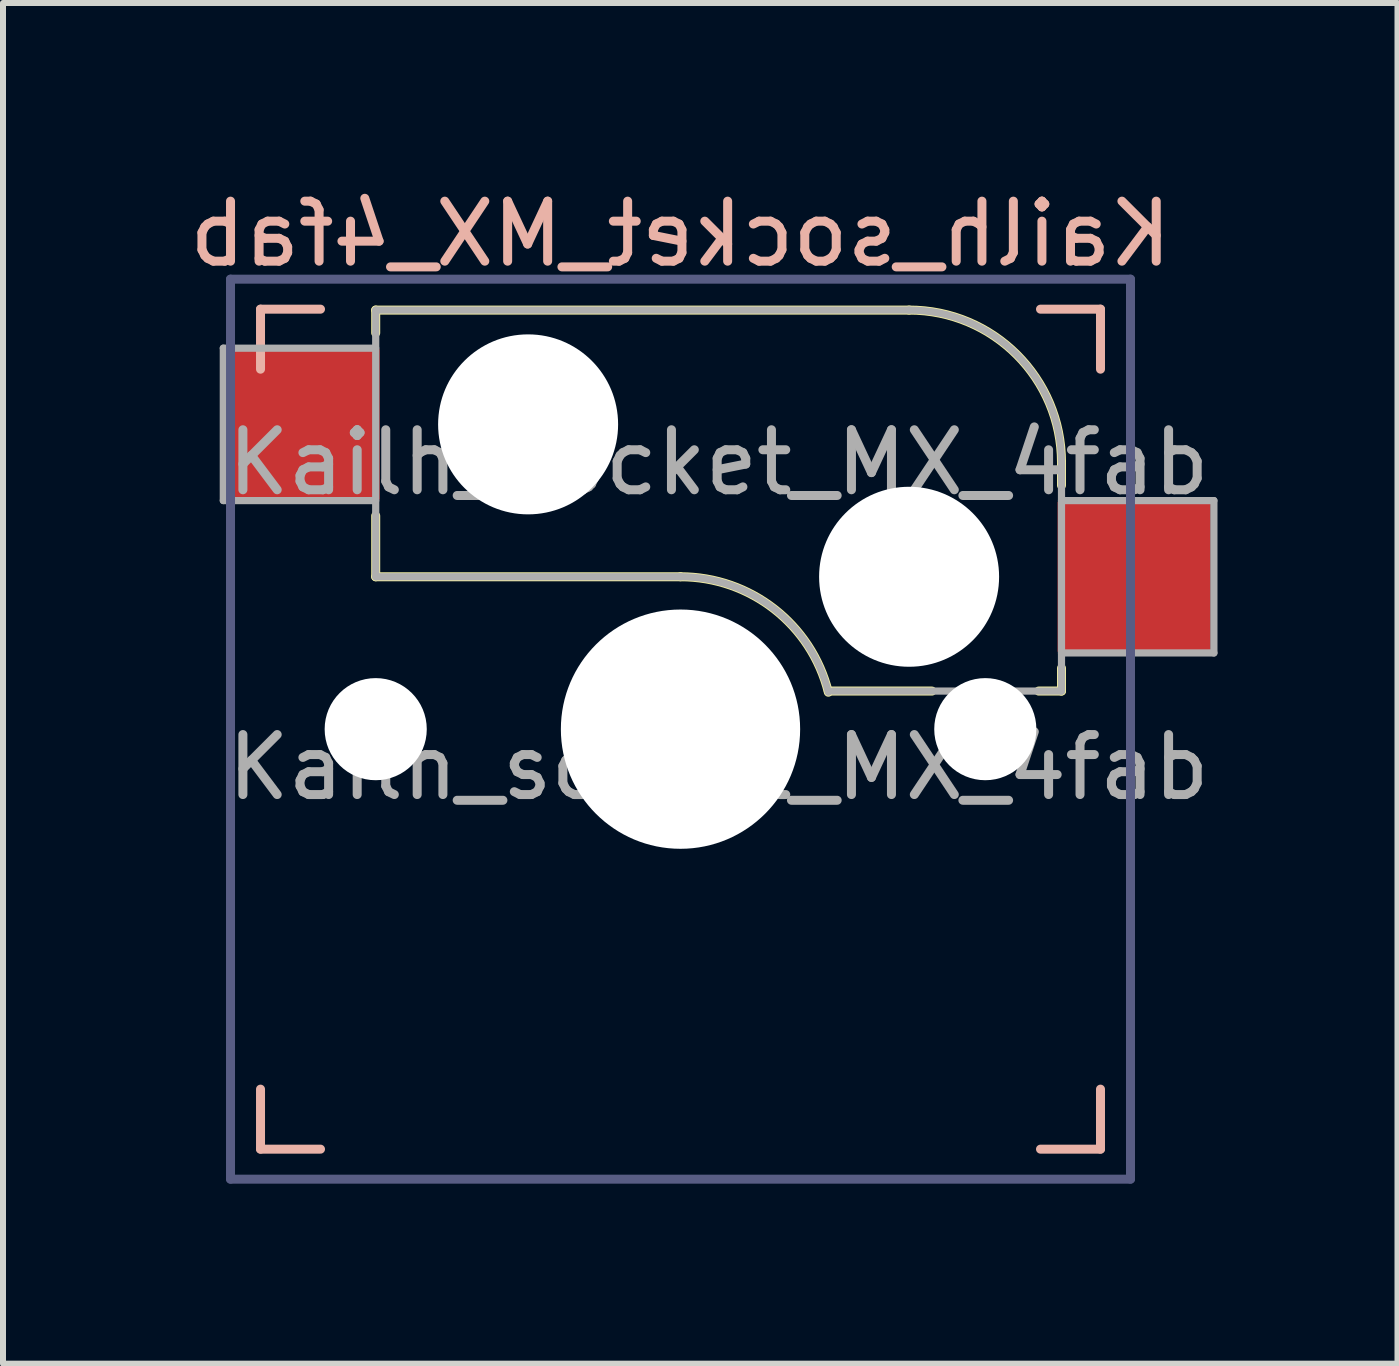
<source format=kicad_pcb>
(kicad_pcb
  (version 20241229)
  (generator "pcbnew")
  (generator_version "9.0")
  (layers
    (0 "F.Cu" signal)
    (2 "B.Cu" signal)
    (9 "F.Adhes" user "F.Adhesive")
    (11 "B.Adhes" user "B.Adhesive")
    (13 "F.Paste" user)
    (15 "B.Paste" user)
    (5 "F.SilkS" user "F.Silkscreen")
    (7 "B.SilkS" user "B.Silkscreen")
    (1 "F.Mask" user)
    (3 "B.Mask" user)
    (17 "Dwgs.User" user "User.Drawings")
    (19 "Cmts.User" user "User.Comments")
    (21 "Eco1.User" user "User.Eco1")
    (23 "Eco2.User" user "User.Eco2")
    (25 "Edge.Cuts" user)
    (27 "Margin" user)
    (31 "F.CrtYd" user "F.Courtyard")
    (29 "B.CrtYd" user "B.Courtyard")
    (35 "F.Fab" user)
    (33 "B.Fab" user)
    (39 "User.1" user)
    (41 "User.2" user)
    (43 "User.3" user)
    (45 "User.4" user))
  (footprint "Kailh_socket_MX_4fab"
    (layer "F.Cu")
    (at 8.292 9.103)
    (property "Reference" "Kailh_socket_MX_4fab" (at 0 -8.255 0) (layer "B.SilkS") (effects (font (size 1 1) (thickness 0.15)) (justify mirror)))
    (property "Value" "Kailh_socket_MX_4fab" (at 0 8.255 0) (layer "F.Fab") (hide yes) (effects (font (size 1 1) (thickness 0.15))))
    (attr smd)
    (fp_line (start -5.08 -6.985) (end -5.08 -6.604) (stroke (width 0.15) (type solid)) (layer "F.SilkS"))
    (fp_line (start -5.08 -3.556) (end -5.08 -2.54) (stroke (width 0.15) (type solid)) (layer "F.SilkS"))
    (fp_line (start -5.08 -2.54) (end 0 -2.54) (stroke (width 0.15) (type solid)) (layer "F.SilkS"))
    (fp_line (start 2.464 -0.635) (end 4.191 -0.635) (stroke (width 0.15) (type solid)) (layer "F.SilkS"))
    (fp_line (start 3.81 -6.985) (end -5.08 -6.985) (stroke (width 0.15) (type solid)) (layer "F.SilkS"))
    (fp_line (start 5.969 -0.635) (end 6.35 -0.635) (stroke (width 0.15) (type solid)) (layer "F.SilkS"))
    (fp_line (start 6.35 -4.445) (end 6.35 -4.064) (stroke (width 0.15) (type solid)) (layer "F.SilkS"))
    (fp_line (start 6.35 -1.016) (end 6.35 -0.635) (stroke (width 0.15) (type solid)) (layer "F.SilkS"))
    (fp_arc (start 0 -2.54) (mid 1.563147 -2.002042) (end 2.464162 -0.61604) (stroke (width 0.15) (type solid)) (layer "F.SilkS"))
    (fp_arc (start 3.81 -6.985) (mid 5.606051 -6.241051) (end 6.35 -4.445) (stroke (width 0.15) (type solid)) (layer "F.SilkS"))
    (fp_line (start -7 -7) (end -7 -6) (stroke (width 0.15) (type solid)) (layer "B.SilkS"))
    (fp_line (start -7 -7) (end -6 -7) (stroke (width 0.15) (type solid)) (layer "B.SilkS"))
    (fp_line (start -7 6) (end -7 7) (stroke (width 0.15) (type solid)) (layer "B.SilkS"))
    (fp_line (start -6 7) (end -7 7) (stroke (width 0.15) (type solid)) (layer "B.SilkS"))
    (fp_line (start 6 -7) (end 7 -7) (stroke (width 0.15) (type solid)) (layer "B.SilkS"))
    (fp_line (start 7 -6) (end 7 -7) (stroke (width 0.15) (type solid)) (layer "B.SilkS"))
    (fp_line (start 7 7) (end 6 7) (stroke (width 0.15) (type solid)) (layer "B.SilkS"))
    (fp_line (start 7 7) (end 7 6) (stroke (width 0.15) (type solid)) (layer "B.SilkS"))
    (fp_line (start -6.9 -6.9) (end -6.9 6.9) (stroke (width 0.15) (type solid)) (layer "Eco2.User"))
    (fp_line (start -6.9 -6.9) (end 6.9 -6.9) (stroke (width 0.15) (type solid)) (layer "Eco2.User"))
    (fp_line (start 6.9 6.9) (end -6.9 6.9) (stroke (width 0.15) (type solid)) (layer "Eco2.User"))
    (fp_line (start 6.9 6.9) (end 6.9 -6.9) (stroke (width 0.15) (type solid)) (layer "Eco2.User"))
    (fp_line (start -7.5 -7.5) (end -7.5 7.5) (stroke (width 0.15) (type solid)) (layer "B.Fab"))
    (fp_line (start -7.5 7.5) (end 7.5 7.5) (stroke (width 0.15) (type solid)) (layer "B.Fab"))
    (fp_line (start 7.5 -7.5) (end -7.5 -7.5) (stroke (width 0.15) (type solid)) (layer "B.Fab"))
    (fp_line (start 7.5 7.5) (end 7.5 -7.5) (stroke (width 0.15) (type solid)) (layer "B.Fab"))
    (fp_line (start -7.62 -6.35) (end -7.62 -3.81) (stroke (width 0.12) (type solid)) (layer "F.Fab"))
    (fp_line (start -7.62 -3.81) (end -5.08 -3.81) (stroke (width 0.12) (type solid)) (layer "F.Fab"))
    (fp_line (start -5.08 -6.985) (end -5.08 -2.54) (stroke (width 0.12) (type solid)) (layer "F.Fab"))
    (fp_line (start -5.08 -6.35) (end -7.62 -6.35) (stroke (width 0.12) (type solid)) (layer "F.Fab"))
    (fp_line (start -5.08 -2.54) (end 0 -2.54) (stroke (width 0.12) (type solid)) (layer "F.Fab"))
    (fp_line (start 3.81 -6.985) (end -5.08 -6.985) (stroke (width 0.12) (type solid)) (layer "F.Fab"))
    (fp_line (start 6.35 -1.27) (end 8.89 -1.27) (stroke (width 0.12) (type solid)) (layer "F.Fab"))
    (fp_line (start 6.35 -0.635) (end 2.54 -0.635) (stroke (width 0.12) (type solid)) (layer "F.Fab"))
    (fp_line (start 6.35 -0.635) (end 6.35 -4.445) (stroke (width 0.12) (type solid)) (layer "F.Fab"))
    (fp_line (start 8.89 -3.81) (end 6.35 -3.81) (stroke (width 0.12) (type solid)) (layer "F.Fab"))
    (fp_line (start 8.89 -1.27) (end 8.89 -3.81) (stroke (width 0.12) (type solid)) (layer "F.Fab"))
    (fp_arc (start 0 -2.54) (mid 1.563147 -2.002042) (end 2.464162 -0.61604) (stroke (width 0.12) (type solid)) (layer "F.Fab"))
    (fp_arc (start 3.81 -6.985) (mid 5.606051 -6.241051) (end 6.35 -4.445) (stroke (width 0.12) (type solid)) (layer "F.Fab"))
    (fp_text user "${REFERENCE}" (at 0.635 -4.445 0) (layer "F.Fab") (effects (font (size 1 1) (thickness 0.15))))
    (fp_text user "${VALUE}" (at 0.635 0.635 0) (layer "F.Fab") (effects (font (size 1 1) (thickness 0.15))))
    (pad "" np_thru_hole circle (at -5.08 0) (size 1.702 1.702) (drill 1.702) (layers "*.Cu" "*.Mask"))
    (pad "" np_thru_hole circle (at -2.54 -5.08) (size 3 3) (drill 3) (layers "*.Cu" "*.Mask"))
    (pad "" np_thru_hole circle (at 0 0) (size 3.988 3.988) (drill 3.988) (layers "*.Cu" "*.Mask"))
    (pad "" np_thru_hole circle (at 3.81 -2.54) (size 3 3) (drill 3) (layers "*.Cu" "*.Mask"))
    (pad "" np_thru_hole circle (at 5.08 0) (size 1.702 1.702) (drill 1.702) (layers "*.Cu" "*.Mask"))
    (pad "1" smd rect (at -6.29 -5.08) (size 2.55 2.5) (layers "F.Cu" "F.Mask" "F.Paste"))
    (pad "2" smd rect (at 7.56 -2.54) (size 2.55 2.5) (layers "F.Cu" "F.Mask" "F.Paste")))
  (gr_rect
    (start -3 -3)
    (end 20.242 19.678)
    (stroke (width 0.1) (type default))
    (fill no)
    (layer "Edge.Cuts")))
</source>
